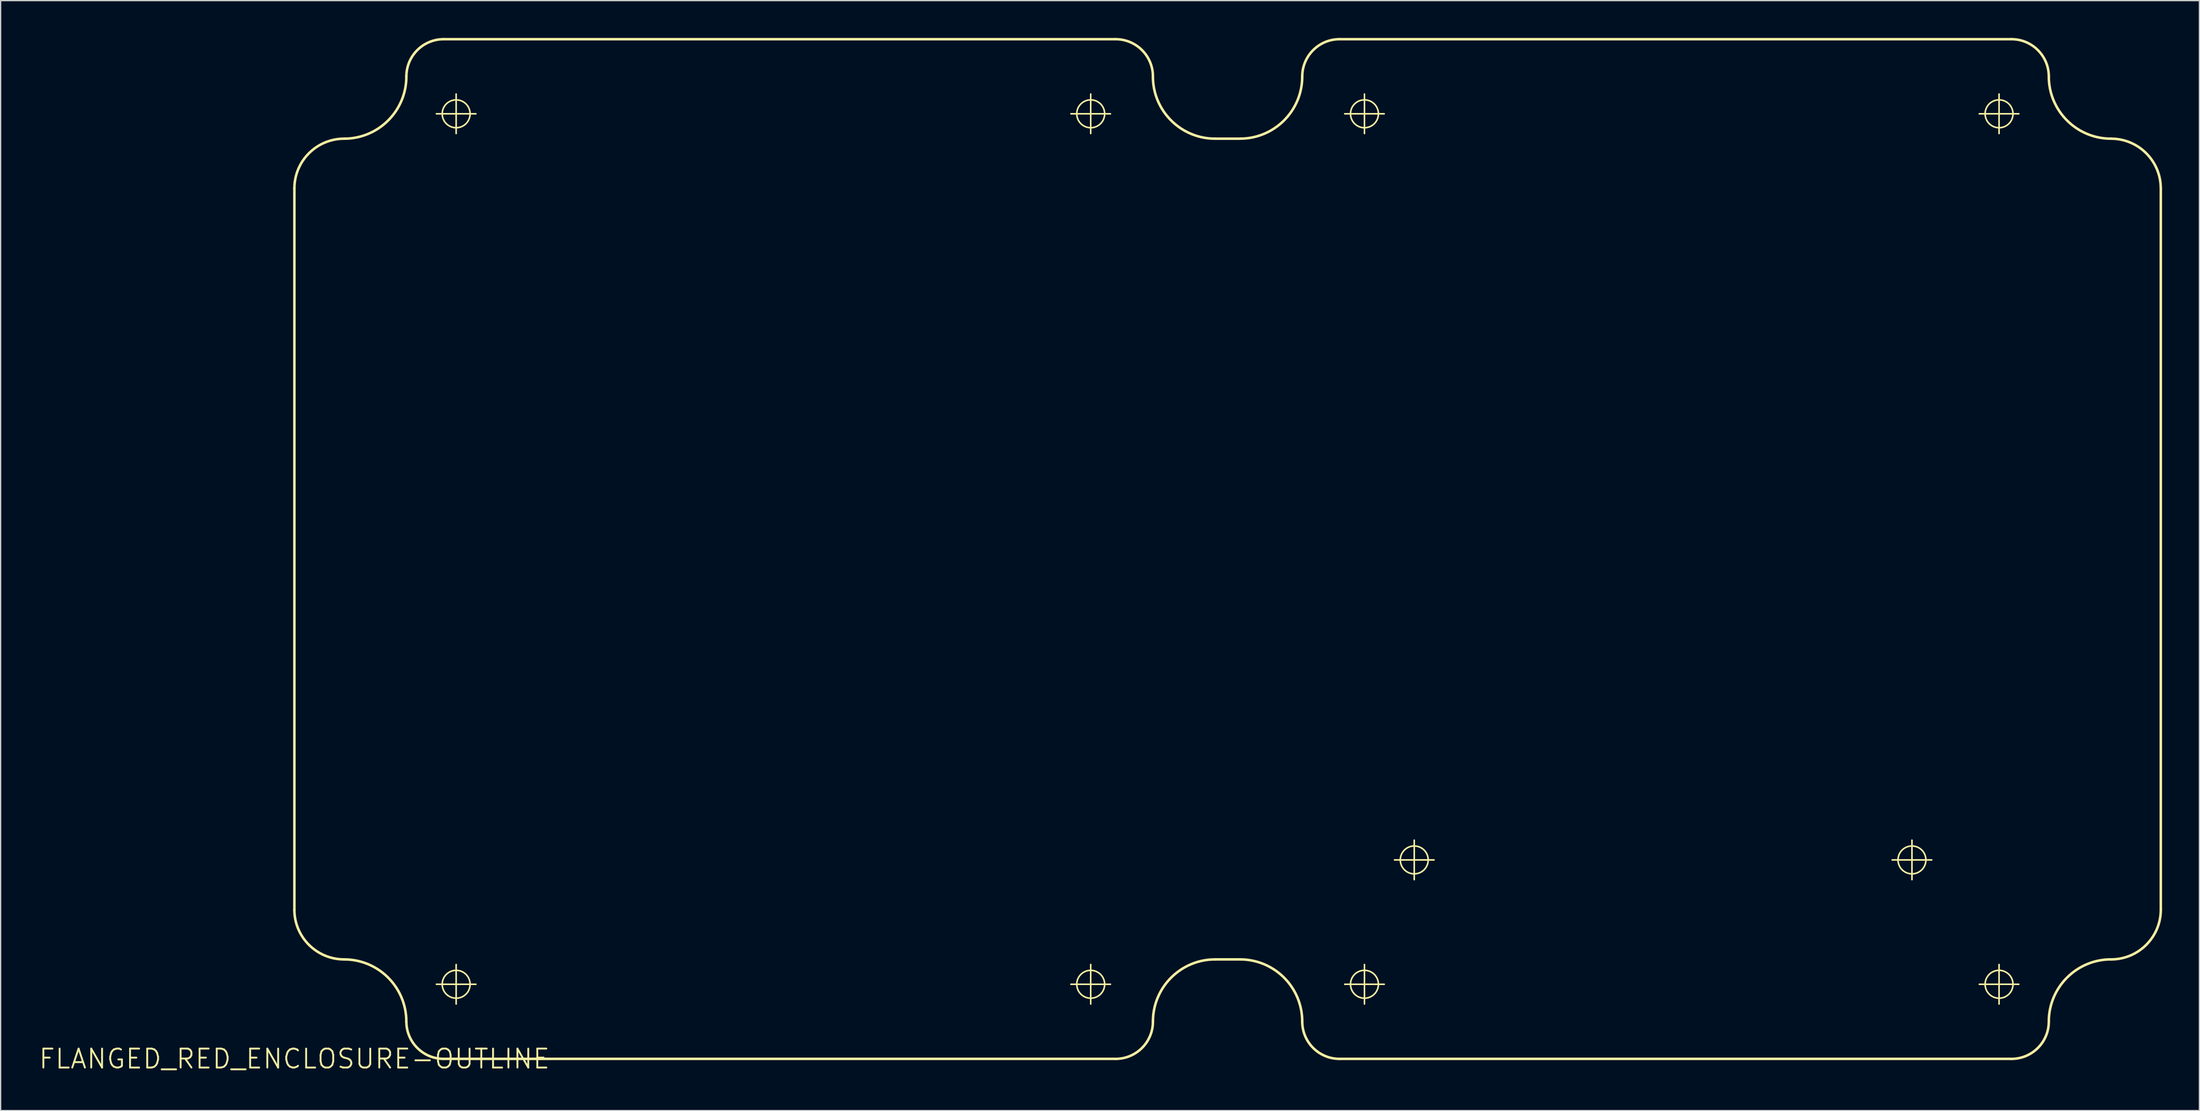
<source format=kicad_pcb>
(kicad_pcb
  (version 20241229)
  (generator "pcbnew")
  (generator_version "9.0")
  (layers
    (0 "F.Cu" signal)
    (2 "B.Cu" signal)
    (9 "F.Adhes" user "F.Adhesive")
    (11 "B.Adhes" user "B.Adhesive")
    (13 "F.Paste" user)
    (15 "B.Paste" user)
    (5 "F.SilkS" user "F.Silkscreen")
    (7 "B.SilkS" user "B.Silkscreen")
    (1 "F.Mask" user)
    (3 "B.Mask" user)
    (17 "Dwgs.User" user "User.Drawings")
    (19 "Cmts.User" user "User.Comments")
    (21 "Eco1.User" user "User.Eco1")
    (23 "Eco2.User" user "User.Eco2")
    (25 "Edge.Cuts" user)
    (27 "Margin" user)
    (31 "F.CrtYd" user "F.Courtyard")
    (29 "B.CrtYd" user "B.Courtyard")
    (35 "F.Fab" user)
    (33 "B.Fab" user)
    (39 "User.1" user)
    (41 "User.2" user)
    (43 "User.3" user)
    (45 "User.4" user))
  (footprint "FLANGED_RED_ENCLOSURE-OUTLINE"
    (layer "F.Cu")
    (at 20.61 82.1)
    (property "Reference" "FLANGED_RED_ENCLOSURE-OUTLINE" (at 0 0 0) (layer "F.SilkS") (effects (font (size 1.524 1.524) (thickness 0.15))))
    (attr exclude_from_pos_files exclude_from_bom)
    (fp_line (start 0 -70) (end 0 -11.999) (stroke (width 0.203) (type solid)) (layer "F.SilkS"))
    (fp_line (start 11.412 -75.999) (end 14.587 -75.999) (stroke (width 0.127) (type solid)) (layer "F.SilkS"))
    (fp_line (start 11.412 -5.999) (end 14.587 -5.999) (stroke (width 0.127) (type solid)) (layer "F.SilkS"))
    (fp_line (start 11.999 0) (end 65.999 0) (stroke (width 0.203) (type solid)) (layer "F.SilkS"))
    (fp_line (start 13 -74.412) (end 13 -77.587) (stroke (width 0.127) (type solid)) (layer "F.SilkS"))
    (fp_line (start 13 -4.412) (end 13 -7.587) (stroke (width 0.127) (type solid)) (layer "F.SilkS"))
    (fp_line (start 62.41 -75.999) (end 65.585 -75.999) (stroke (width 0.127) (type solid)) (layer "F.SilkS"))
    (fp_line (start 62.41 -5.999) (end 65.585 -5.999) (stroke (width 0.127) (type solid)) (layer "F.SilkS"))
    (fp_line (start 63.998 -74.412) (end 63.998 -77.587) (stroke (width 0.127) (type solid)) (layer "F.SilkS"))
    (fp_line (start 63.998 -4.412) (end 63.998 -7.587) (stroke (width 0.127) (type solid)) (layer "F.SilkS"))
    (fp_line (start 65.999 -81.999) (end 11.999 -81.999) (stroke (width 0.203) (type solid)) (layer "F.SilkS"))
    (fp_line (start 73.998 -73.998) (end 75.999 -73.998) (stroke (width 0.203) (type solid)) (layer "F.SilkS"))
    (fp_line (start 73.998 -7.998) (end 75.999 -7.998) (stroke (width 0.203) (type solid)) (layer "F.SilkS"))
    (fp_line (start 83.998 0) (end 137.998 0) (stroke (width 0.203) (type solid)) (layer "F.SilkS"))
    (fp_line (start 84.412 -75.999) (end 87.587 -75.999) (stroke (width 0.127) (type solid)) (layer "F.SilkS"))
    (fp_line (start 84.412 -5.999) (end 87.587 -5.999) (stroke (width 0.127) (type solid)) (layer "F.SilkS"))
    (fp_line (start 85.999 -74.412) (end 85.999 -77.587) (stroke (width 0.127) (type solid)) (layer "F.SilkS"))
    (fp_line (start 85.999 -4.412) (end 85.999 -7.587) (stroke (width 0.127) (type solid)) (layer "F.SilkS"))
    (fp_line (start 88.412 -15.999) (end 91.587 -15.999) (stroke (width 0.127) (type solid)) (layer "F.SilkS"))
    (fp_line (start 90 -14.412) (end 90 -17.587) (stroke (width 0.127) (type solid)) (layer "F.SilkS"))
    (fp_line (start 128.412 -15.999) (end 131.587 -15.999) (stroke (width 0.127) (type solid)) (layer "F.SilkS"))
    (fp_line (start 130 -14.412) (end 130 -17.587) (stroke (width 0.127) (type solid)) (layer "F.SilkS"))
    (fp_line (start 135.412 -75.999) (end 138.587 -75.999) (stroke (width 0.127) (type solid)) (layer "F.SilkS"))
    (fp_line (start 135.412 -5.999) (end 138.587 -5.999) (stroke (width 0.127) (type solid)) (layer "F.SilkS"))
    (fp_line (start 137 -74.412) (end 137 -77.587) (stroke (width 0.127) (type solid)) (layer "F.SilkS"))
    (fp_line (start 137 -4.412) (end 137 -7.587) (stroke (width 0.127) (type solid)) (layer "F.SilkS"))
    (fp_line (start 137.998 -81.999) (end 83.998 -81.999) (stroke (width 0.203) (type solid)) (layer "F.SilkS"))
    (fp_line (start 150 -11.999) (end 150 -70) (stroke (width 0.203) (type solid)) (layer "F.SilkS"))
    (fp_arc (start 0 -69.99986) (mid 1.170975 -72.826845) (end 3.99796 -73.99782) (stroke (width 0.2032) (type solid)) (layer "F.SilkS"))
    (fp_arc (start 3.99796 -7.99846) (mid 1.169179 -9.170179) (end -0.00254 -11.99896) (stroke (width 0.2032) (type solid)) (layer "F.SilkS"))
    (fp_arc (start 3.99796 -7.99846) (mid 7.532589 -6.534369) (end 8.99668 -2.99974) (stroke (width 0.2032) (type solid)) (layer "F.SilkS"))
    (fp_arc (start 8.99922 -78.99908) (mid 7.534385 -75.462655) (end 3.99796 -73.99782) (stroke (width 0.2032) (type solid)) (layer "F.SilkS"))
    (fp_arc (start 8.99922 -78.99908) (mid 9.877824 -81.120216) (end 11.99896 -81.99882) (stroke (width 0.2032) (type solid)) (layer "F.SilkS"))
    (fp_arc (start 11.99896 0) (mid 9.877824 -0.878604) (end 8.99922 -2.99974) (stroke (width 0.2032) (type solid)) (layer "F.SilkS"))
    (fp_arc (start 65.99936 -81.99882) (mid 68.120496 -81.120216) (end 68.9991 -78.99908) (stroke (width 0.2032) (type solid)) (layer "F.SilkS"))
    (fp_arc (start 68.9991 -2.99974) (mid 68.120496 -0.878604) (end 65.99936 0) (stroke (width 0.2032) (type solid)) (layer "F.SilkS"))
    (fp_arc (start 68.9991 -2.99974) (mid 70.463191 -6.534369) (end 73.99782 -7.99846) (stroke (width 0.2032) (type solid)) (layer "F.SilkS"))
    (fp_arc (start 73.99782 -73.99782) (mid 70.461395 -75.462655) (end 68.99656 -78.99908) (stroke (width 0.2032) (type solid)) (layer "F.SilkS"))
    (fp_arc (start 75.99934 -7.99846) (mid 79.533969 -6.534369) (end 80.99806 -2.99974) (stroke (width 0.2032) (type solid)) (layer "F.SilkS"))
    (fp_arc (start 80.99806 -78.99908) (mid 79.533969 -75.464451) (end 75.99934 -74.00036) (stroke (width 0.2032) (type solid)) (layer "F.SilkS"))
    (fp_arc (start 80.99806 -78.99908) (mid 81.876664 -81.120216) (end 83.9978 -81.99882) (stroke (width 0.2032) (type solid)) (layer "F.SilkS"))
    (fp_arc (start 83.9978 0) (mid 81.876664 -0.878604) (end 80.99806 -2.99974) (stroke (width 0.2032) (type solid)) (layer "F.SilkS"))
    (fp_arc (start 137.9982 -81.99882) (mid 140.119336 -81.120216) (end 140.99794 -78.99908) (stroke (width 0.2032) (type solid)) (layer "F.SilkS"))
    (fp_arc (start 140.99794 -2.99974) (mid 140.119336 -0.878604) (end 137.9982 0) (stroke (width 0.2032) (type solid)) (layer "F.SilkS"))
    (fp_arc (start 140.99794 -2.99974) (mid 142.462775 -6.536165) (end 145.9992 -8.001) (stroke (width 0.2032) (type solid)) (layer "F.SilkS"))
    (fp_arc (start 145.9992 -73.99782) (mid 142.462775 -75.462655) (end 140.99794 -78.99908) (stroke (width 0.2032) (type solid)) (layer "F.SilkS"))
    (fp_arc (start 145.9992 -73.99782) (mid 148.826185 -72.826845) (end 149.99716 -69.99986) (stroke (width 0.2032) (type solid)) (layer "F.SilkS"))
    (fp_arc (start 149.9997 -11.99896) (mid 148.827981 -9.170179) (end 145.9992 -7.99846) (stroke (width 0.2032) (type solid)) (layer "F.SilkS"))
    (fp_circle (center 13 -75.999) (end 13.792 -76.792) (stroke (width 0.127) (type solid)) (fill no) (layer "F.SilkS"))
    (fp_circle (center 13 -5.999) (end 13.792 -6.792) (stroke (width 0.127) (type solid)) (fill no) (layer "F.SilkS"))
    (fp_circle (center 63.998 -75.999) (end 64.79 -76.792) (stroke (width 0.127) (type solid)) (fill no) (layer "F.SilkS"))
    (fp_circle (center 63.998 -5.999) (end 64.79 -6.792) (stroke (width 0.127) (type solid)) (fill no) (layer "F.SilkS"))
    (fp_circle (center 85.999 -75.999) (end 86.792 -76.792) (stroke (width 0.127) (type solid)) (fill no) (layer "F.SilkS"))
    (fp_circle (center 85.999 -5.999) (end 86.792 -6.792) (stroke (width 0.127) (type solid)) (fill no) (layer "F.SilkS"))
    (fp_circle (center 90 -15.999) (end 90.792 -16.792) (stroke (width 0.127) (type solid)) (fill no) (layer "F.SilkS"))
    (fp_circle (center 130 -15.999) (end 130.792 -16.792) (stroke (width 0.127) (type solid)) (fill no) (layer "F.SilkS"))
    (fp_circle (center 137 -75.999) (end 137.792 -76.792) (stroke (width 0.127) (type solid)) (fill no) (layer "F.SilkS"))
    (fp_circle (center 137 -5.999) (end 137.792 -6.792) (stroke (width 0.127) (type solid)) (fill no) (layer "F.SilkS")))
  (gr_rect
    (start -3 -3)
    (end 173.712 86.255)
    (stroke (width 0.1) (type default))
    (fill no)
    (layer "Edge.Cuts")))
</source>
